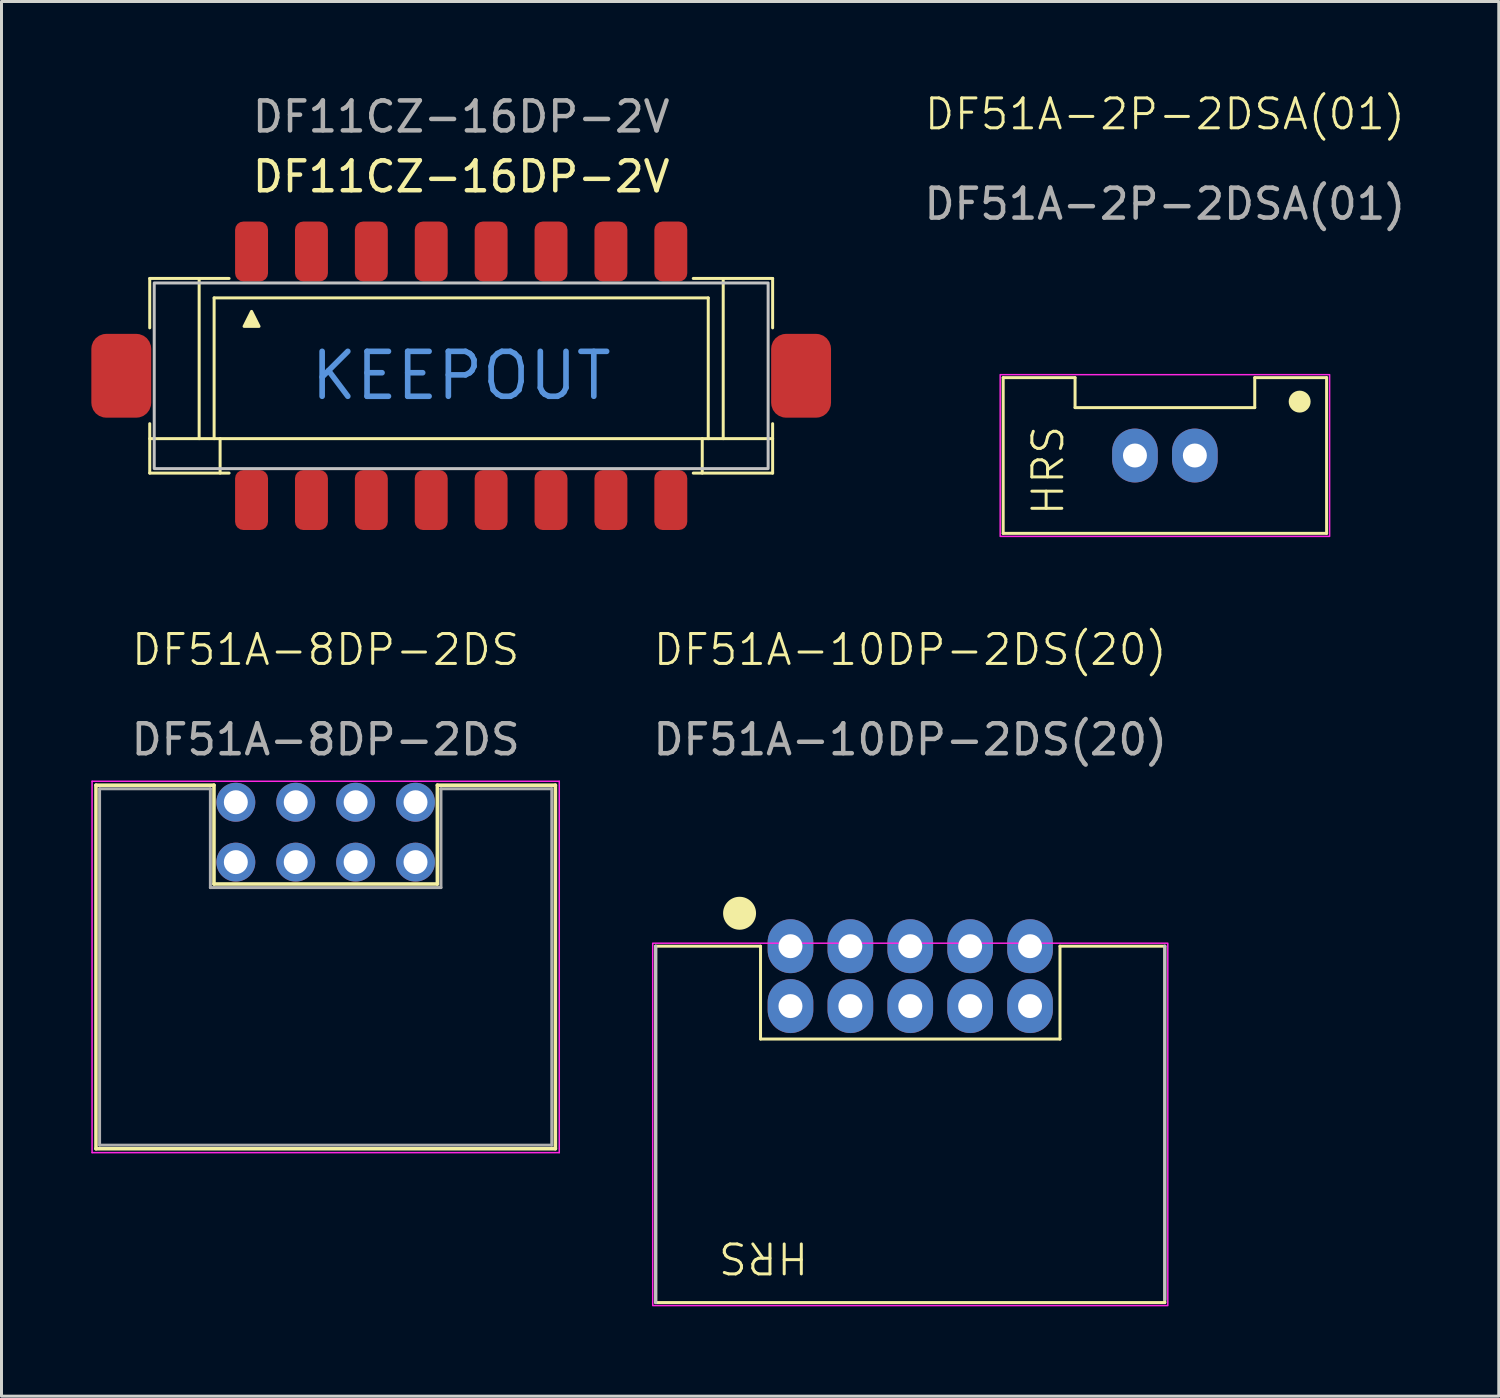
<source format=kicad_pcb>
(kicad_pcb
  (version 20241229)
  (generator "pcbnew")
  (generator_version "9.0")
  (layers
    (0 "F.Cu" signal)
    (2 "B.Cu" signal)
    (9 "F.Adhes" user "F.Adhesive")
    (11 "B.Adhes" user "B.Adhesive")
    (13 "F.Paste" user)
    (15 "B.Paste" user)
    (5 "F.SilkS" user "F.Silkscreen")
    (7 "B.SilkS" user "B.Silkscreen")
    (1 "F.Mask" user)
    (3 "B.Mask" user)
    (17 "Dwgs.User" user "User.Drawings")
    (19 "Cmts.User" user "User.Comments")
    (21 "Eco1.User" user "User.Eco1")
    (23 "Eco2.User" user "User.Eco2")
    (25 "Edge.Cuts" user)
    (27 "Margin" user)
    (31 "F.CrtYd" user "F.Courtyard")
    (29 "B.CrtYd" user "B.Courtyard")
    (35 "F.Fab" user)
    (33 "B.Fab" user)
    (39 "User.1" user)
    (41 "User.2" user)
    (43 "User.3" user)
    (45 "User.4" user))
  (footprint "DF11CZ-16DP-2V"
    (layer "F.Cu")
    (at 12.35 9.498)
    (property "Reference" "DF11CZ-16DP-2V" (at 0 -6.65 0) (unlocked yes) (layer "F.SilkS") (effects (font (size 1 1) (thickness 0.15))))
    (attr smd)
    (fp_line (start -10.4 -3.25) (end -10.4 -1.6) (stroke (width 0.1) (type default)) (layer "F.SilkS"))
    (fp_line (start -10.4 -3.25) (end -7.75 -3.25) (stroke (width 0.1) (type default)) (layer "F.SilkS"))
    (fp_line (start -10.4 1.6) (end -10.4 3.25) (stroke (width 0.1) (type default)) (layer "F.SilkS"))
    (fp_line (start -10.4 2.1) (end 10.4 2.1) (stroke (width 0.1) (type default)) (layer "F.SilkS"))
    (fp_line (start -10.4 3.25) (end -7.75 3.25) (stroke (width 0.1) (type default)) (layer "F.SilkS"))
    (fp_line (start -8.75 2.1) (end -8.75 -3.25) (stroke (width 0.1) (type default)) (layer "F.SilkS"))
    (fp_line (start -8.25 -2.6) (end 8.25 -2.6) (stroke (width 0.1) (type default)) (layer "F.SilkS"))
    (fp_line (start -8.25 2.1) (end -8.25 -2.6) (stroke (width 0.1) (type default)) (layer "F.SilkS"))
    (fp_line (start -8.05 2.1) (end -8.05 3.25) (stroke (width 0.1) (type default)) (layer "F.SilkS"))
    (fp_line (start 7.75 -3.25) (end 10.4 -3.25) (stroke (width 0.1) (type default)) (layer "F.SilkS"))
    (fp_line (start 7.75 3.25) (end 10.4 3.25) (stroke (width 0.1) (type default)) (layer "F.SilkS"))
    (fp_line (start 8.05 3.25) (end 8.05 2.1) (stroke (width 0.1) (type default)) (layer "F.SilkS"))
    (fp_line (start 8.25 2.1) (end 8.25 -2.6) (stroke (width 0.1) (type default)) (layer "F.SilkS"))
    (fp_line (start 8.75 2.1) (end 8.75 -3.25) (stroke (width 0.1) (type default)) (layer "F.SilkS"))
    (fp_line (start 10.4 -3.25) (end 10.4 -1.6) (stroke (width 0.1) (type default)) (layer "F.SilkS"))
    (fp_line (start 10.4 3.25) (end 10.4 1.6) (stroke (width 0.1) (type default)) (layer "F.SilkS"))
    (fp_poly (pts (xy -7 -2.15) (xy -7.25 -1.65) (xy -6.75 -1.65)) (stroke (width 0.1) (type solid)) (fill yes) (layer "F.SilkS"))
    (fp_rect (start -10.25 -3.1) (end 10.25 3.1) (stroke (width 0.1) (type default)) (fill no) (layer "Dwgs.User"))
    (fp_text user "KEEPOUT" (at 0 0 0) (unlocked yes) (layer "Cmts.User") (effects (font (size 1.5 1.5) (thickness 0.188))))
    (fp_text user "${REFERENCE}" (at 0 -8.65 0) (unlocked yes) (layer "F.Fab") (effects (font (size 1 1) (thickness 0.15))))
    (pad "" smd roundrect (at -11.35 0) (size 2 2.8) (layers "F.Cu" "F.Mask" "F.Paste") (roundrect_rratio 0.25))
    (pad "" smd roundrect (at 11.35 0) (size 2 2.8) (layers "F.Cu" "F.Mask" "F.Paste") (roundrect_rratio 0.25))
    (pad "1" smd roundrect (at -7 -4.15 180) (size 1.1 2) (layers "F.Cu" "F.Mask" "F.Paste") (roundrect_rratio 0.25))
    (pad "2" smd roundrect (at -7 4.15 180) (size 1.1 2) (layers "F.Cu" "F.Mask" "F.Paste") (roundrect_rratio 0.25))
    (pad "3" smd roundrect (at -5 -4.15) (size 1.1 2) (layers "F.Cu" "F.Mask" "F.Paste") (roundrect_rratio 0.25))
    (pad "4" smd roundrect (at -5 4.15) (size 1.1 2) (layers "F.Cu" "F.Mask" "F.Paste") (roundrect_rratio 0.25))
    (pad "5" smd roundrect (at -3 -4.15) (size 1.1 2) (layers "F.Cu" "F.Mask" "F.Paste") (roundrect_rratio 0.25))
    (pad "6" smd roundrect (at -3 4.15) (size 1.1 2) (layers "F.Cu" "F.Mask" "F.Paste") (roundrect_rratio 0.25))
    (pad "7" smd roundrect (at -1 -4.15) (size 1.1 2) (layers "F.Cu" "F.Mask" "F.Paste") (roundrect_rratio 0.25))
    (pad "8" smd roundrect (at -1 4.15) (size 1.1 2) (layers "F.Cu" "F.Mask" "F.Paste") (roundrect_rratio 0.25))
    (pad "9" smd roundrect (at 1 -4.15) (size 1.1 2) (layers "F.Cu" "F.Mask" "F.Paste") (roundrect_rratio 0.25))
    (pad "10" smd roundrect (at 1 4.15) (size 1.1 2) (layers "F.Cu" "F.Mask" "F.Paste") (roundrect_rratio 0.25))
    (pad "11" smd roundrect (at 3 -4.15) (size 1.1 2) (layers "F.Cu" "F.Mask" "F.Paste") (roundrect_rratio 0.25))
    (pad "12" smd roundrect (at 3 4.15) (size 1.1 2) (layers "F.Cu" "F.Mask" "F.Paste") (roundrect_rratio 0.25))
    (pad "13" smd roundrect (at 5 -4.15) (size 1.1 2) (layers "F.Cu" "F.Mask" "F.Paste") (roundrect_rratio 0.25))
    (pad "14" smd roundrect (at 5 4.15) (size 1.1 2) (layers "F.Cu" "F.Mask" "F.Paste") (roundrect_rratio 0.25))
    (pad "15" smd roundrect (at 7 -4.15) (size 1.1 2) (layers "F.Cu" "F.Mask" "F.Paste") (roundrect_rratio 0.25))
    (pad "16" smd roundrect (at 7 4.15) (size 1.1 2) (layers "F.Cu" "F.Mask" "F.Paste") (roundrect_rratio 0.25))
    (zone (net_name "") (layer "F.Cu") (hatch full 0.5) (connect_pads) (min_thickness 0.25) (filled_areas_thickness no) (keepout (tracks allowed) (vias not_allowed) (pads not_allowed) (copperpour allowed) (footprints allowed)) (placement (enabled no)) (fill) (polygon (pts (xy 4.8 6.348) (xy 19.9 6.348) (xy 19.9 12.648) (xy 4.8 12.648)))))
  (footprint "DF51A-8DP-2DS"
    (layer "F.Cu")
    (at 4.825 23.739)
    (property "Reference" "DF51A-8DP-2DS" (at 3 -5.093 0) (unlocked yes) (layer "F.SilkS") (effects (font (size 1 1) (thickness 0.1))))
    (attr through_hole)
    (fp_line (start -4.67 -0.57) (end -4.67 11.57) (stroke (width 0.12) (type default)) (layer "F.SilkS"))
    (fp_line (start -4.67 -0.57) (end -0.73 -0.57) (stroke (width 0.12) (type default)) (layer "F.SilkS"))
    (fp_line (start -4.67 11.57) (end 10.67 11.57) (stroke (width 0.12) (type default)) (layer "F.SilkS"))
    (fp_line (start -0.73 -0.57) (end -0.73 2.73) (stroke (width 0.12) (type default)) (layer "F.SilkS"))
    (fp_line (start -0.73 2.73) (end 6.73 2.73) (stroke (width 0.12) (type default)) (layer "F.SilkS"))
    (fp_line (start 6.73 -0.57) (end 10.67 -0.57) (stroke (width 0.12) (type default)) (layer "F.SilkS"))
    (fp_line (start 6.73 2.73) (end 6.73 -0.57) (stroke (width 0.12) (type default)) (layer "F.SilkS"))
    (fp_line (start 10.67 -0.57) (end 10.67 11.57) (stroke (width 0.12) (type default)) (layer "F.SilkS"))
    (fp_line (start -4.8 -0.7) (end -4.8 11.7) (stroke (width 0.05) (type default)) (layer "F.CrtYd"))
    (fp_line (start -4.8 11.7) (end 10.8 11.7) (stroke (width 0.05) (type default)) (layer "F.CrtYd"))
    (fp_line (start 10.8 -0.7) (end -4.8 -0.7) (stroke (width 0.05) (type default)) (layer "F.CrtYd"))
    (fp_line (start 10.8 11.7) (end 10.8 -0.7) (stroke (width 0.05) (type default)) (layer "F.CrtYd"))
    (fp_line (start -4.55 -0.45) (end -4.55 11.45) (stroke (width 0.1) (type default)) (layer "F.Fab"))
    (fp_line (start -4.55 11.45) (end 10.55 11.45) (stroke (width 0.1) (type default)) (layer "F.Fab"))
    (fp_line (start -0.85 -0.45) (end -4.55 -0.45) (stroke (width 0.1) (type default)) (layer "F.Fab"))
    (fp_line (start -0.85 2.85) (end -0.85 -0.45) (stroke (width 0.1) (type default)) (layer "F.Fab"))
    (fp_line (start -0.85 2.85) (end 6.85 2.85) (stroke (width 0.1) (type default)) (layer "F.Fab"))
    (fp_line (start 6.85 -0.45) (end 6.85 2.85) (stroke (width 0.1) (type default)) (layer "F.Fab"))
    (fp_line (start 6.85 -0.45) (end 10.55 -0.45) (stroke (width 0.1) (type default)) (layer "F.Fab"))
    (fp_line (start 10.55 11.45) (end 10.55 -0.45) (stroke (width 0.1) (type default)) (layer "F.Fab"))
    (fp_text user "${REFERENCE}" (at 3 -2.093 0) (unlocked yes) (layer "F.Fab") (effects (font (size 1 1) (thickness 0.15))))
    (pad "1" thru_hole circle (at 0 0) (size 1.3 1.3) (drill 0.8) (layers "*.Cu" "*.Mask"))
    (pad "2" thru_hole circle (at 0 2) (size 1.3 1.3) (drill 0.8) (layers "*.Cu" "*.Mask"))
    (pad "3" thru_hole circle (at 2 0) (size 1.3 1.3) (drill 0.8) (layers "*.Cu" "*.Mask"))
    (pad "4" thru_hole circle (at 2 2) (size 1.3 1.3) (drill 0.8) (layers "*.Cu" "*.Mask"))
    (pad "5" thru_hole circle (at 4 0) (size 1.3 1.3) (drill 0.8) (layers "*.Cu" "*.Mask"))
    (pad "6" thru_hole circle (at 4 2) (size 1.3 1.3) (drill 0.8) (layers "*.Cu" "*.Mask"))
    (pad "7" thru_hole circle (at 6 0) (size 1.3 1.3) (drill 0.8) (layers "*.Cu" "*.Mask"))
    (pad "8" thru_hole circle (at 6 2) (size 1.3 1.3) (drill 0.8) (layers "*.Cu" "*.Mask")))
  (footprint "DF51A-2P-2DSA(01)"
    (layer "F.Cu")
    (at 35.849 12.161)
    (property "Reference" "DF51A-2P-2DSA(01)" (at 0 -11.4 0) (unlocked yes) (layer "F.SilkS") (effects (font (size 1 1) (thickness 0.1))))
    (attr through_hole)
    (fp_line (start -5.4 -2.6) (end -5.4 2.6) (stroke (width 0.1) (type default)) (layer "F.SilkS"))
    (fp_line (start -5.4 2.6) (end 5.4 2.6) (stroke (width 0.1) (type default)) (layer "F.SilkS"))
    (fp_line (start -3 -2.6) (end -5.4 -2.6) (stroke (width 0.1) (type default)) (layer "F.SilkS"))
    (fp_line (start -3 -2.6) (end -3 -1.6) (stroke (width 0.1) (type default)) (layer "F.SilkS"))
    (fp_line (start -3 -1.6) (end 3 -1.6) (stroke (width 0.1) (type default)) (layer "F.SilkS"))
    (fp_line (start 3 -2.6) (end 3 -1.6) (stroke (width 0.1) (type default)) (layer "F.SilkS"))
    (fp_line (start 3 -2.6) (end 5.4 -2.6) (stroke (width 0.1) (type default)) (layer "F.SilkS"))
    (fp_line (start 5.4 2.6) (end 5.4 -2.6) (stroke (width 0.1) (type default)) (layer "F.SilkS"))
    (fp_circle (center 4.5 -1.8) (end 4.816 -1.8) (stroke (width 0.1) (type solid)) (fill yes) (layer "F.SilkS"))
    (fp_rect (start -5.5 -2.7) (end 5.5 2.7) (stroke (width 0.05) (type default)) (fill no) (layer "F.CrtYd"))
    (fp_text user "HRS" (at -3.9 0.5 90) (unlocked yes) (layer "F.SilkS") (effects (font (size 1 1) (thickness 0.1))))
    (fp_text user "${REFERENCE}" (at 0 -8.4 0) (unlocked yes) (layer "F.Fab") (effects (font (size 1 1) (thickness 0.15))))
    (pad "1" thru_hole oval (at 1 0) (size 1.524 1.8) (drill 0.8) (layers "*.Cu" "*.Mask"))
    (pad "2" thru_hole oval (at -1 0) (size 1.524 1.8) (drill 0.8) (layers "*.Cu" "*.Mask")))
  (footprint "DF51A-10DP-2DS(20)"
    (layer "F.Cu")
    (at 27.346 28.546)
    (property "Reference" "DF51A-10DP-2DS(20)" (at 0 -9.9 0) (unlocked yes) (layer "F.SilkS") (effects (font (size 1 1) (thickness 0.1))))
    (attr through_hole)
    (fp_line (start -8.5 0) (end -8.5 11.9) (stroke (width 0.1) (type default)) (layer "F.SilkS"))
    (fp_line (start -8.5 11.9) (end 8.5 11.9) (stroke (width 0.1) (type default)) (layer "F.SilkS"))
    (fp_line (start -5 0) (end -8.5 0) (stroke (width 0.1) (type default)) (layer "F.SilkS"))
    (fp_line (start -5 0) (end -5 3.1) (stroke (width 0.1) (type default)) (layer "F.SilkS"))
    (fp_line (start -5 3.1) (end 5 3.1) (stroke (width 0.1) (type default)) (layer "F.SilkS"))
    (fp_line (start 5 0) (end 5 3.1) (stroke (width 0.1) (type default)) (layer "F.SilkS"))
    (fp_line (start 8.5 0) (end 5 0) (stroke (width 0.1) (type default)) (layer "F.SilkS"))
    (fp_line (start 8.5 11.9) (end 8.5 0) (stroke (width 0.1) (type default)) (layer "F.SilkS"))
    (fp_circle (center -5.7 -1.1) (end -5.2 -1.1) (stroke (width 0.1) (type solid)) (fill yes) (layer "F.SilkS"))
    (fp_line (start -8.5 0) (end -8.5 11.9) (stroke (width 0.1) (type default)) (layer "Dwgs.User"))
    (fp_line (start 8.5 0) (end 8.5 11.8) (stroke (width 0.1) (type default)) (layer "Dwgs.User"))
    (fp_rect (start -8.6 -0.1) (end 8.6 12) (stroke (width 0.05) (type default)) (fill no) (layer "F.CrtYd"))
    (fp_text user "HRS" (at -4.9 10.4 180) (unlocked yes) (layer "F.SilkS") (effects (font (size 1 1) (thickness 0.1))))
    (fp_text user "${REFERENCE}" (at 0 -6.9 0) (unlocked yes) (layer "F.Fab") (effects (font (size 1 1) (thickness 0.15))))
    (pad "1" thru_hole oval (at -4 0) (size 1.524 1.8) (drill 0.8) (layers "*.Cu" "*.Mask"))
    (pad "2" thru_hole oval (at -4 2) (size 1.524 1.8) (drill 0.8) (layers "*.Cu" "*.Mask"))
    (pad "3" thru_hole oval (at -2 0) (size 1.524 1.8) (drill 0.8) (layers "*.Cu" "*.Mask"))
    (pad "4" thru_hole oval (at -2 2) (size 1.524 1.8) (drill 0.8) (layers "*.Cu" "*.Mask"))
    (pad "5" thru_hole oval (at 0 0) (size 1.524 1.8) (drill 0.8) (layers "*.Cu" "*.Mask"))
    (pad "6" thru_hole oval (at 0 2) (size 1.524 1.8) (drill 0.8) (layers "*.Cu" "*.Mask"))
    (pad "7" thru_hole oval (at 2 0) (size 1.524 1.8) (drill 0.8) (layers "*.Cu" "*.Mask"))
    (pad "8" thru_hole oval (at 2 2) (size 1.524 1.8) (drill 0.8) (layers "*.Cu" "*.Mask"))
    (pad "9" thru_hole oval (at 4 0) (size 1.524 1.8) (drill 0.8) (layers "*.Cu" "*.Mask"))
    (pad "10" thru_hole oval (at 4 2) (size 1.524 1.8) (drill 0.8) (layers "*.Cu" "*.Mask")))
  (gr_rect
    (start -3 -3)
    (end 46.998 43.571)
    (stroke (width 0.1) (type default))
    (fill no)
    (layer "Edge.Cuts")))
</source>
